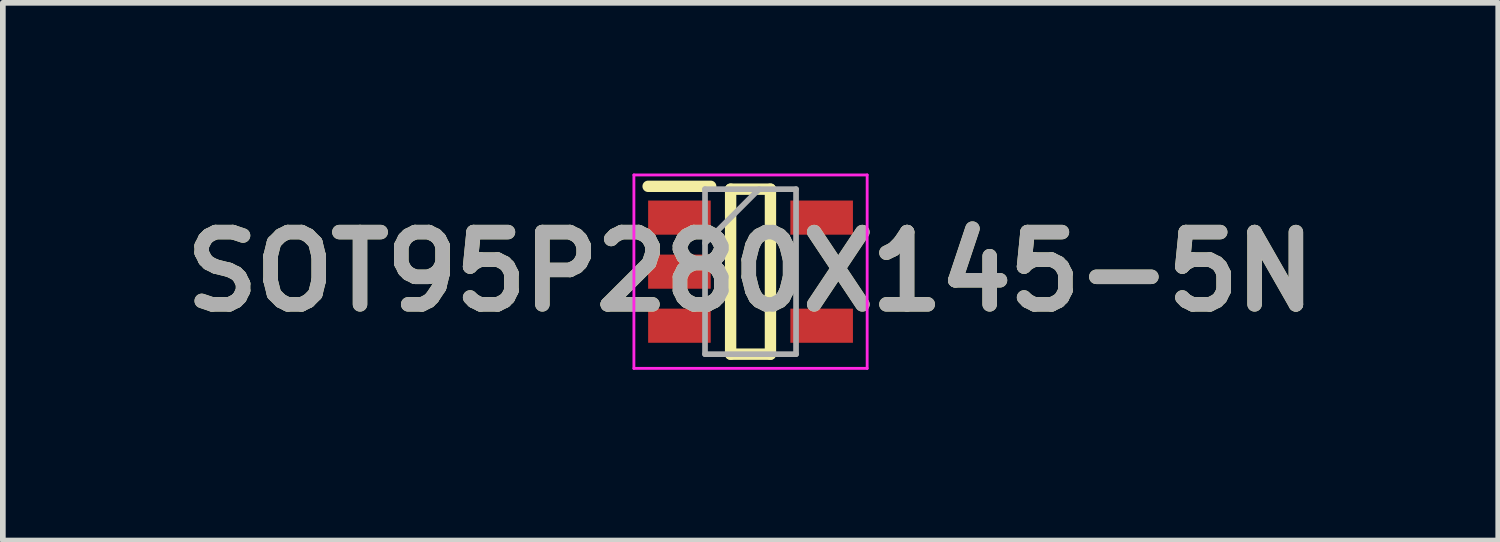
<source format=kicad_pcb>
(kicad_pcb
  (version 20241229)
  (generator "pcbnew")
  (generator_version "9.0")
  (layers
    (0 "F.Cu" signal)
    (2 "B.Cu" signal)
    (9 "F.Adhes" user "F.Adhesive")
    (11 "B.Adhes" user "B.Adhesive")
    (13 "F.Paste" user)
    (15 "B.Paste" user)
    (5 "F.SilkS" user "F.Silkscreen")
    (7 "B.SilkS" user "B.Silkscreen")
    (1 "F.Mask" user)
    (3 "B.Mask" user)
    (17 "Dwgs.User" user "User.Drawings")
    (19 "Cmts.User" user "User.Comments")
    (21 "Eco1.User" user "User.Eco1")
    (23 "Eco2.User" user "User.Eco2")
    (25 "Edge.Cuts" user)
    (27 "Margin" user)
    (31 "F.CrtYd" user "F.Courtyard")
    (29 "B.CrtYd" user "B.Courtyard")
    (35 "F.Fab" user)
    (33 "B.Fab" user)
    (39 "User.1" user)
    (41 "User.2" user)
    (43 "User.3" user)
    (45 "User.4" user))
  (footprint "SOT95P280X145-5N"
    (layer "F.Cu")
    (at 10.142 1.725)
    (property "Reference" "SOT95P280X145-5N" (at 0 0 0) (layer "F.SilkS") (effects (font (size 1.27 1.27) (thickness 0.254))))
    (attr smd)
    (fp_line (start -1.8 -1.5) (end -0.7 -1.5) (stroke (width 0.2) (type solid)) (layer "F.SilkS"))
    (fp_line (start -0.35 -1.45) (end 0.35 -1.45) (stroke (width 0.2) (type solid)) (layer "F.SilkS"))
    (fp_line (start -0.35 1.45) (end -0.35 -1.45) (stroke (width 0.2) (type solid)) (layer "F.SilkS"))
    (fp_line (start 0.35 -1.45) (end 0.35 1.45) (stroke (width 0.2) (type solid)) (layer "F.SilkS"))
    (fp_line (start 0.35 1.45) (end -0.35 1.45) (stroke (width 0.2) (type solid)) (layer "F.SilkS"))
    (fp_line (start -2.05 -1.7) (end 2.05 -1.7) (stroke (width 0.05) (type solid)) (layer "F.CrtYd"))
    (fp_line (start -2.05 1.7) (end -2.05 -1.7) (stroke (width 0.05) (type solid)) (layer "F.CrtYd"))
    (fp_line (start 2.05 -1.7) (end 2.05 1.7) (stroke (width 0.05) (type solid)) (layer "F.CrtYd"))
    (fp_line (start 2.05 1.7) (end -2.05 1.7) (stroke (width 0.05) (type solid)) (layer "F.CrtYd"))
    (fp_line (start -0.8 -1.45) (end 0.8 -1.45) (stroke (width 0.1) (type solid)) (layer "F.Fab"))
    (fp_line (start -0.8 -0.5) (end 0.15 -1.45) (stroke (width 0.1) (type solid)) (layer "F.Fab"))
    (fp_line (start -0.8 1.45) (end -0.8 -1.45) (stroke (width 0.1) (type solid)) (layer "F.Fab"))
    (fp_line (start 0.8 -1.45) (end 0.8 1.45) (stroke (width 0.1) (type solid)) (layer "F.Fab"))
    (fp_line (start 0.8 1.45) (end -0.8 1.45) (stroke (width 0.1) (type solid)) (layer "F.Fab"))
    (fp_text user "${REFERENCE}" (at 0 0 0) (layer "F.Fab") (effects (font (size 1.27 1.27) (thickness 0.254))))
    (pad "1" smd rect (at -1.25 -0.95 90) (size 0.6 1.1) (layers "F.Cu" "F.Mask" "F.Paste"))
    (pad "2" smd rect (at -1.25 0 90) (size 0.6 1.1) (layers "F.Cu" "F.Mask" "F.Paste"))
    (pad "3" smd rect (at -1.25 0.95 90) (size 0.6 1.1) (layers "F.Cu" "F.Mask" "F.Paste"))
    (pad "4" smd rect (at 1.25 0.95 90) (size 0.6 1.1) (layers "F.Cu" "F.Mask" "F.Paste"))
    (pad "5" smd rect (at 1.25 -0.95 90) (size 0.6 1.1) (layers "F.Cu" "F.Mask" "F.Paste")))
  (gr_rect
    (start -3 -3)
    (end 23.284 6.45)
    (stroke (width 0.1) (type default))
    (fill no)
    (layer "Edge.Cuts")))
</source>
